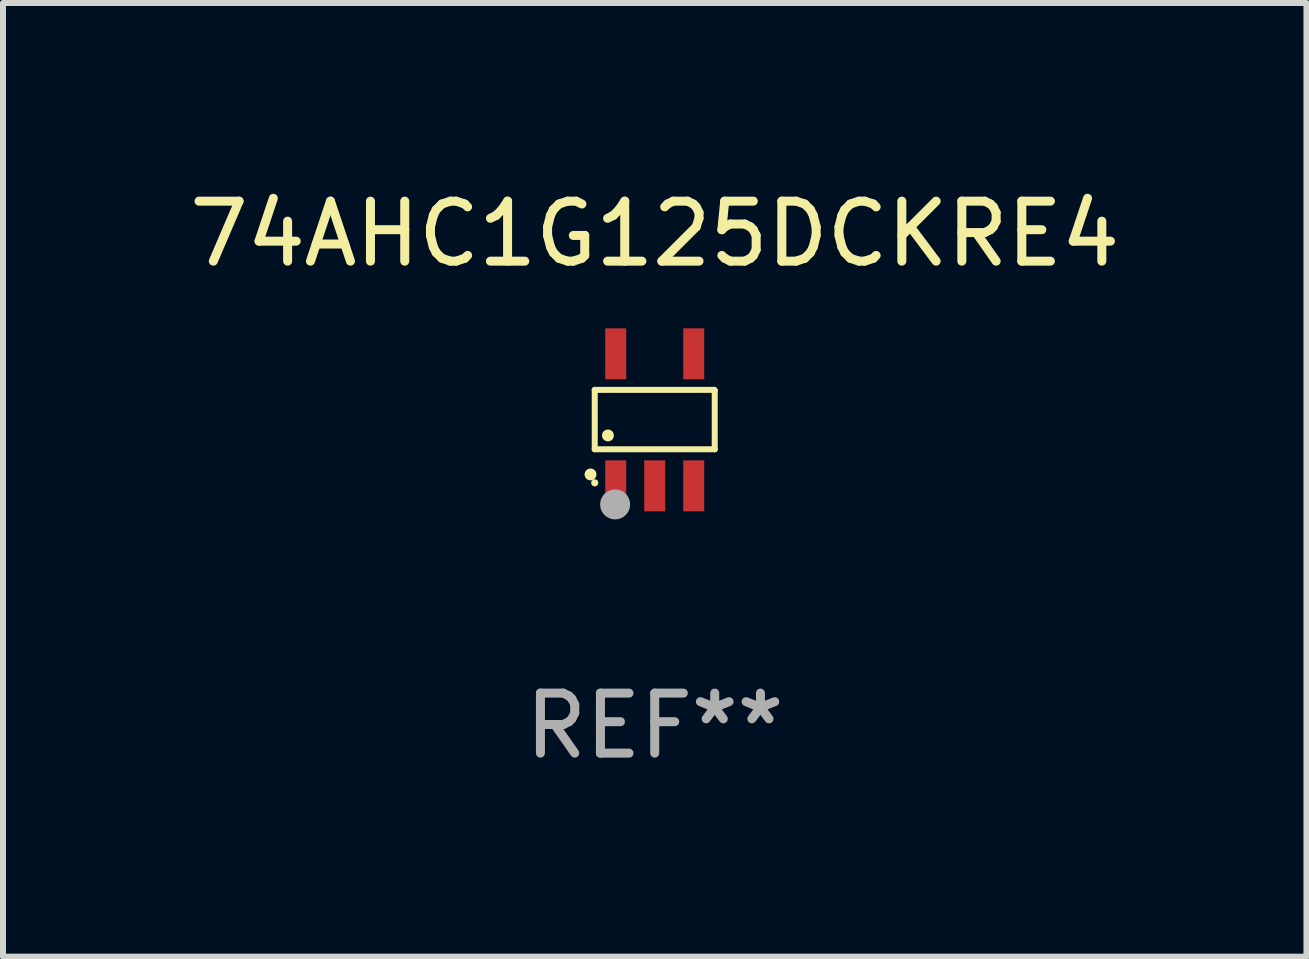
<source format=kicad_pcb>
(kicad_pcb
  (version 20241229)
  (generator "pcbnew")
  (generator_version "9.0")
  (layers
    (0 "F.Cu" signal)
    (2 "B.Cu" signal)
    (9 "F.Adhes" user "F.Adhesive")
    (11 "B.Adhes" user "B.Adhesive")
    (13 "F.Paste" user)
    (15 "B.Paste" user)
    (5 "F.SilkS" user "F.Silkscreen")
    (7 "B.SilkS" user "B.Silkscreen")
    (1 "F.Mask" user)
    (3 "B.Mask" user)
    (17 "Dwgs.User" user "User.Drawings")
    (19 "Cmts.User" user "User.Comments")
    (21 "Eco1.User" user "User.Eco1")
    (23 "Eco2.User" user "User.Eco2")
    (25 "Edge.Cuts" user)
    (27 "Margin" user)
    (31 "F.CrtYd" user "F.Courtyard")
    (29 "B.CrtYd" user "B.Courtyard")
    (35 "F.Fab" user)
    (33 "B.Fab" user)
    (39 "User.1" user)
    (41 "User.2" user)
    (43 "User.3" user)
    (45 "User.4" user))
  (footprint "74AHC1G125DCKRE4"
    (layer "F.Cu")
    (at 7.863 3.948)
    (property "Reference" "74AHC1G125DCKRE4" (at 0 -3.1 0) (layer "F.SilkS") (effects (font (size 1 1) (thickness 0.15))))
    (attr through_hole)
    (fp_line (start -1 -0.5) (end -1 0.49) (stroke (width 0.1) (type solid)) (layer "F.SilkS"))
    (fp_line (start -1 0.49) (end 1 0.49) (stroke (width 0.1) (type solid)) (layer "F.SilkS"))
    (fp_line (start 0.99 -0.5) (end -1 -0.5) (stroke (width 0.1) (type solid)) (layer "F.SilkS"))
    (fp_line (start 1 -0.49) (end 0.99 -0.5) (stroke (width 0.1) (type solid)) (layer "F.SilkS"))
    (fp_line (start 1 0.49) (end 1 -0.49) (stroke (width 0.1) (type solid)) (layer "F.SilkS"))
    (fp_circle (center -1.07 0.91) (end -1.02 0.91) (stroke (width 0.1) (type solid)) (fill no) (layer "F.SilkS"))
    (fp_circle (center -1 1.05) (end -0.97 1.05) (stroke (width 0.06) (type solid)) (fill no) (layer "F.SilkS"))
    (fp_circle (center -0.78 0.26) (end -0.73 0.26) (stroke (width 0.1) (type solid)) (fill no) (layer "F.SilkS"))
    (fp_circle (center -0.66 1.41) (end -0.535 1.41) (stroke (width 0.25) (type solid)) (fill no) (layer "F.Fab"))
    (fp_text user "REF**" (at 0 5.1 0) (layer "F.Fab") (effects (font (size 1 1) (thickness 0.15))))
    (pad "1" smd rect (at -0.65 1.1) (size 0.35 0.85) (layers "F.Cu" "F.Mask" "F.Paste"))
    (pad "2" smd rect (at 0.000051 1.1) (size 0.35 0.85) (layers "F.Cu" "F.Mask" "F.Paste"))
    (pad "3" smd rect (at 0.65 1.1) (size 0.35 0.85) (layers "F.Cu" "F.Mask" "F.Paste"))
    (pad "4" smd rect (at 0.65 -1.1) (size 0.35 0.85) (layers "F.Cu" "F.Mask" "F.Paste"))
    (pad "5" smd rect (at -0.65 -1.1) (size 0.35 0.85) (layers "F.Cu" "F.Mask" "F.Paste")))
  (gr_rect
    (start -3 -3)
    (end 18.726 12.896)
    (stroke (width 0.1) (type default))
    (fill no)
    (layer "Edge.Cuts")))
</source>
